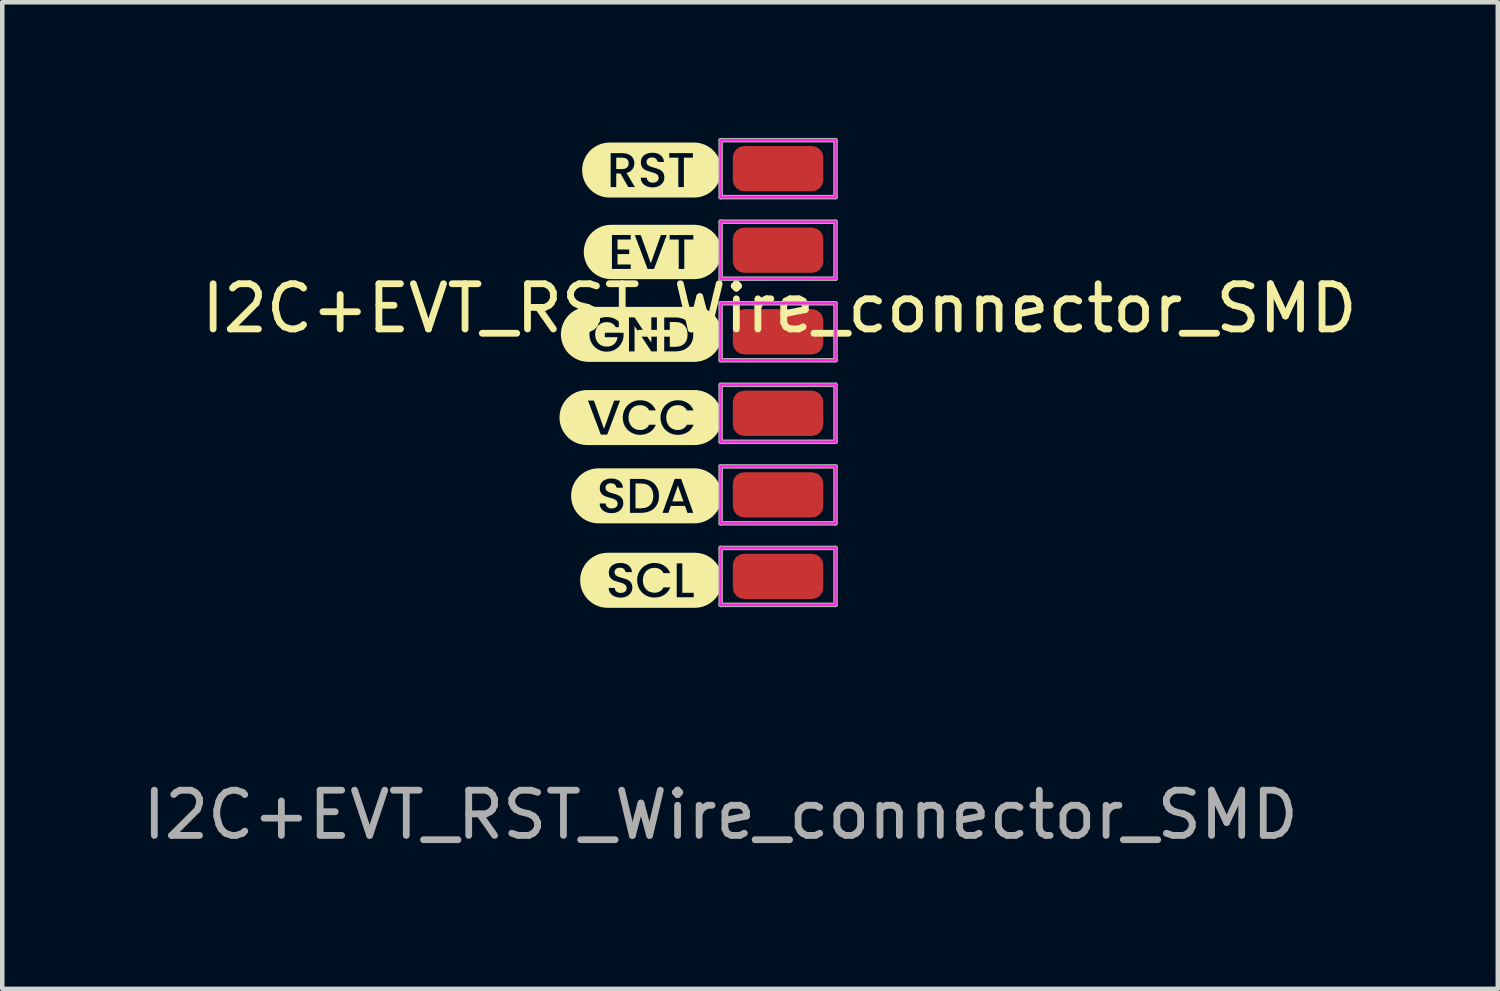
<source format=kicad_pcb>
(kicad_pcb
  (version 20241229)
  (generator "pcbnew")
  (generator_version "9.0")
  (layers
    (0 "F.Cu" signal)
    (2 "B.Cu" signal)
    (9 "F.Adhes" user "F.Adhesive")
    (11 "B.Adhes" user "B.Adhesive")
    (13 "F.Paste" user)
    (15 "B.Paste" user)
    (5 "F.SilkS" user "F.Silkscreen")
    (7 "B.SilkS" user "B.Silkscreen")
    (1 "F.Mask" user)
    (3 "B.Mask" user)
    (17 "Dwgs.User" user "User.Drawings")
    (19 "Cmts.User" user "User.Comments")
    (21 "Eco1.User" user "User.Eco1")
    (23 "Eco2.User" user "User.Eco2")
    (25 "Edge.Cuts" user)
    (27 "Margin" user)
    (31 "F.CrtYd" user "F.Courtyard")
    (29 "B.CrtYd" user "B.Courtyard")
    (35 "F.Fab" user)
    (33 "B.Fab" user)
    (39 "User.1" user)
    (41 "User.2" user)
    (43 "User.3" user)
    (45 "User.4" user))
  (footprint "I2C+EVT_RST_Wire_connector_SMD"
    (layer "F.Cu")
    (at 14.187 4.27)
    (property "Reference" "I2C+EVT_RST_Wire_connector_SMD" (at 0 -0.5 0) (unlocked yes) (layer "F.SilkS") (effects (font (size 1 1) (thickness 0.15))))
    (attr smd exclude_from_pos_files exclude_from_bom)
    (fp_poly (pts (xy -2.123 3.768) (xy -2.245 3.419) (xy -2.368 3.768) (xy -2.123 3.768)) (stroke (width 0) (type solid)) (fill yes) (layer "F.SilkS"))
    (fp_poly (pts (xy -3.609 -3.581) (xy -3.473 -3.581) (xy -3.412 -3.59) (xy -3.369 -3.616) (xy -3.342 -3.656) (xy -3.334 -3.709) (xy -3.342 -3.761) (xy -3.368 -3.8) (xy -3.412 -3.825) (xy -3.473 -3.833) (xy -3.609 -3.833) (xy -3.609 -3.581)) (stroke (width 0) (type solid)) (fill yes) (layer "F.SilkS"))
    (fp_poly (pts (xy -2.789 3.649) (xy -2.797 3.569) (xy -2.82 3.5) (xy -2.859 3.445) (xy -2.913 3.404) (xy -2.98 3.38) (xy -3.061 3.372) (xy -3.183 3.372) (xy -3.183 3.921) (xy -3.061 3.921) (xy -2.98 3.913) (xy -2.913 3.89) (xy -2.859 3.85) (xy -2.82 3.796) (xy -2.797 3.729) (xy -2.789 3.649)) (stroke (width 0) (type solid)) (fill yes) (layer "F.SilkS"))
    (fp_poly (pts (xy -2.031 0.078) (xy -2.039 -0.003) (xy -2.062 -0.071) (xy -2.101 -0.126) (xy -2.155 -0.167) (xy -2.222 -0.191) (xy -2.303 -0.199) (xy -2.425 -0.199) (xy -2.425 0.35) (xy -2.303 0.35) (xy -2.222 0.342) (xy -2.155 0.318) (xy -2.101 0.279) (xy -2.062 0.225) (xy -2.039 0.158) (xy -2.031 0.078)) (stroke (width 0) (type solid)) (fill yes) (layer "F.SilkS"))
    (fp_poly (pts (xy -3.704 -2.348) (xy -3.726 -2.348) (xy -3.785 -2.345) (xy -3.843 -2.337) (xy -3.901 -2.322) (xy -3.956 -2.303) (xy -4.009 -2.277) (xy -4.06 -2.247) (xy -4.107 -2.212) (xy -4.151 -2.172) (xy -4.19 -2.129) (xy -4.226 -2.081) (xy -4.256 -2.031) (xy -4.281 -1.978) (xy -4.301 -1.922) (xy -4.315 -1.865) (xy -4.324 -1.807) (xy -4.327 -1.748) (xy -4.324 -1.689) (xy -4.315 -1.631) (xy -4.301 -1.573) (xy -4.281 -1.518) (xy -4.256 -1.465) (xy -4.226 -1.414) (xy -4.19 -1.367) (xy -4.151 -1.323) (xy -4.107 -1.284) (xy -4.06 -1.248) (xy -4.009 -1.218) (xy -3.956 -1.193) (xy -3.901 -1.173) (xy -3.843 -1.159) (xy -3.785 -1.15) (xy -3.726 -1.147) (xy -3.704 -1.147) (xy -3.289 -1.147) (xy -3.289 -1.372) (xy -3.704 -1.372) (xy -3.704 -2.123) (xy -3.289 -2.123) (xy -3.289 -2.023) (xy -3.581 -2.023) (xy -3.581 -1.803) (xy -3.322 -1.803) (xy -3.322 -1.702) (xy -3.581 -1.702) (xy -3.581 -1.472) (xy -3.289 -1.472) (xy -3.289 -1.372) (xy -3.289 -1.147) (xy -2.773 -1.147) (xy -2.773 -1.372) (xy -2.916 -1.372) (xy -3.199 -2.122) (xy -3.067 -2.122) (xy -2.844 -1.498) (xy -2.621 -2.122) (xy -2.491 -2.122) (xy -2.773 -1.372) (xy -2.773 -1.147) (xy -2.104 -1.147) (xy -2.104 -1.372) (xy -2.227 -1.372) (xy -2.227 -2.022) (xy -2.428 -2.022) (xy -2.428 -2.122) (xy -1.904 -2.122) (xy -1.904 -2.022) (xy -2.104 -2.022) (xy -2.104 -1.372) (xy -2.104 -1.147) (xy -1.904 -1.147) (xy -1.882 -1.147) (xy -1.823 -1.15) (xy -1.765 -1.159) (xy -1.707 -1.173) (xy -1.652 -1.193) (xy -1.599 -1.218) (xy -1.548 -1.248) (xy -1.501 -1.284) (xy -1.457 -1.323) (xy -1.417 -1.367) (xy -1.382 -1.414) (xy -1.352 -1.465) (xy -1.327 -1.518) (xy -1.307 -1.573) (xy -1.293 -1.631) (xy -1.284 -1.689) (xy -1.281 -1.748) (xy -1.284 -1.807) (xy -1.293 -1.865) (xy -1.307 -1.922) (xy -1.327 -1.978) (xy -1.352 -2.031) (xy -1.382 -2.081) (xy -1.417 -2.129) (xy -1.457 -2.172) (xy -1.501 -2.212) (xy -1.548 -2.247) (xy -1.599 -2.277) (xy -1.652 -2.303) (xy -1.707 -2.322) (xy -1.765 -2.337) (xy -1.823 -2.345) (xy -1.882 -2.348) (xy -1.904 -2.348) (xy -3.704 -2.348)) (stroke (width 0) (type solid)) (fill yes) (layer "F.SilkS"))
    (fp_poly (pts (xy -3.732 -4.168) (xy -3.755 -4.168) (xy -3.814 -4.165) (xy -3.873 -4.156) (xy -3.931 -4.142) (xy -3.987 -4.122) (xy -4.041 -4.096) (xy -4.093 -4.065) (xy -4.141 -4.03) (xy -4.185 -3.99) (xy -4.225 -3.945) (xy -4.261 -3.897) (xy -4.291 -3.846) (xy -4.317 -3.792) (xy -4.337 -3.736) (xy -4.352 -3.678) (xy -4.36 -3.619) (xy -4.363 -3.559) (xy -4.36 -3.5) (xy -4.352 -3.441) (xy -4.337 -3.383) (xy -4.317 -3.326) (xy -4.291 -3.272) (xy -4.261 -3.221) (xy -4.225 -3.173) (xy -4.185 -3.129) (xy -4.141 -3.089) (xy -4.093 -3.053) (xy -4.041 -3.022) (xy -3.987 -2.997) (xy -3.931 -2.977) (xy -3.873 -2.962) (xy -3.814 -2.954) (xy -3.755 -2.951) (xy -3.732 -2.951) (xy -3.342 -2.951) (xy -3.342 -3.183) (xy -3.515 -3.483) (xy -3.609 -3.483) (xy -3.609 -3.183) (xy -3.732 -3.183) (xy -3.732 -3.933) (xy -3.473 -3.933) (xy -3.393 -3.926) (xy -3.327 -3.903) (xy -3.274 -3.868) (xy -3.237 -3.822) (xy -3.215 -3.768) (xy -3.207 -3.709) (xy -3.218 -3.639) (xy -3.25 -3.575) (xy -3.304 -3.525) (xy -3.381 -3.494) (xy -3.196 -3.183) (xy -3.342 -3.183) (xy -3.342 -2.951) (xy -2.803 -2.951) (xy -2.803 -3.175) (xy -2.874 -3.182) (xy -2.939 -3.202) (xy -2.993 -3.234) (xy -3.034 -3.277) (xy -3.06 -3.33) (xy -3.068 -3.39) (xy -2.936 -3.39) (xy -2.925 -3.346) (xy -2.898 -3.31) (xy -2.857 -3.287) (xy -2.803 -3.279) (xy -2.746 -3.287) (xy -2.703 -3.31) (xy -2.677 -3.345) (xy -2.668 -3.389) (xy -2.69 -3.451) (xy -2.745 -3.487) (xy -2.784 -3.501) (xy -2.836 -3.516) (xy -2.903 -3.535) (xy -2.955 -3.555) (xy -2.998 -3.58) (xy -3.034 -3.617) (xy -3.058 -3.666) (xy -3.066 -3.729) (xy -3.058 -3.79) (xy -3.034 -3.843) (xy -2.995 -3.886) (xy -2.943 -3.917) (xy -2.88 -3.937) (xy -2.808 -3.943) (xy -2.74 -3.937) (xy -2.68 -3.919) (xy -2.629 -3.889) (xy -2.59 -3.848) (xy -2.564 -3.798) (xy -2.552 -3.739) (xy -2.688 -3.739) (xy -2.727 -3.809) (xy -2.768 -3.831) (xy -2.821 -3.838) (xy -2.869 -3.832) (xy -2.907 -3.811) (xy -2.932 -3.778) (xy -2.941 -3.734) (xy -2.92 -3.677) (xy -2.866 -3.642) (xy -2.828 -3.628) (xy -2.778 -3.614) (xy -2.71 -3.593) (xy -2.656 -3.573) (xy -2.613 -3.547) (xy -2.576 -3.51) (xy -2.552 -3.46) (xy -2.544 -3.396) (xy -2.551 -3.34) (xy -2.574 -3.288) (xy -2.612 -3.242) (xy -2.664 -3.206) (xy -2.728 -3.183) (xy -2.803 -3.175) (xy -2.803 -2.951) (xy -2.113 -2.951) (xy -2.113 -3.183) (xy -2.236 -3.183) (xy -2.236 -3.833) (xy -2.437 -3.833) (xy -2.437 -3.933) (xy -1.913 -3.933) (xy -1.913 -3.833) (xy -2.113 -3.833) (xy -2.113 -3.183) (xy -2.113 -2.951) (xy -1.913 -2.951) (xy -1.891 -2.951) (xy -1.831 -2.954) (xy -1.772 -2.962) (xy -1.714 -2.977) (xy -1.658 -2.997) (xy -1.604 -3.022) (xy -1.552 -3.053) (xy -1.504 -3.089) (xy -1.46 -3.129) (xy -1.42 -3.173) (xy -1.385 -3.221) (xy -1.354 -3.272) (xy -1.328 -3.326) (xy -1.308 -3.383) (xy -1.294 -3.441) (xy -1.285 -3.5) (xy -1.282 -3.559) (xy -1.285 -3.619) (xy -1.294 -3.678) (xy -1.308 -3.736) (xy -1.328 -3.792) (xy -1.354 -3.846) (xy -1.385 -3.897) (xy -1.42 -3.945) (xy -1.46 -3.99) (xy -1.504 -4.03) (xy -1.552 -4.065) (xy -1.604 -4.096) (xy -1.658 -4.122) (xy -1.714 -4.142) (xy -1.772 -4.156) (xy -1.831 -4.165) (xy -1.891 -4.168) (xy -1.913 -4.168) (xy -3.732 -4.168)) (stroke (width 0) (type solid)) (fill yes) (layer "F.SilkS"))
    (fp_poly (pts (xy -4.202 -0.534) (xy -4.225 -0.534) (xy -4.284 -0.531) (xy -4.343 -0.523) (xy -4.401 -0.508) (xy -4.457 -0.488) (xy -4.511 -0.463) (xy -4.562 -0.432) (xy -4.61 -0.396) (xy -4.655 -0.356) (xy -4.695 -0.312) (xy -4.73 -0.264) (xy -4.761 -0.213) (xy -4.786 -0.159) (xy -4.806 -0.103) (xy -4.821 -0.045) (xy -4.83 0.014) (xy -4.833 0.074) (xy -4.83 0.133) (xy -4.821 0.192) (xy -4.806 0.25) (xy -4.786 0.307) (xy -4.761 0.36) (xy -4.73 0.412) (xy -4.695 0.46) (xy -4.655 0.504) (xy -4.61 0.544) (xy -4.562 0.579) (xy -4.511 0.61) (xy -4.457 0.636) (xy -4.401 0.656) (xy -4.343 0.67) (xy -4.284 0.679) (xy -4.225 0.682) (xy -4.202 0.682) (xy -3.819 0.682) (xy -3.819 0.457) (xy -3.887 0.452) (xy -3.952 0.435) (xy -4.012 0.408) (xy -4.066 0.371) (xy -4.113 0.325) (xy -4.151 0.271) (xy -4.179 0.211) (xy -4.196 0.145) (xy -4.202 0.074) (xy -4.196 0.003) (xy -4.179 -0.063) (xy -4.151 -0.124) (xy -4.113 -0.178) (xy -4.066 -0.223) (xy -4.012 -0.26) (xy -3.951 -0.288) (xy -3.887 -0.304) (xy -3.819 -0.309) (xy -3.742 -0.303) (xy -3.671 -0.283) (xy -3.606 -0.251) (xy -3.549 -0.206) (xy -3.504 -0.15) (xy -3.47 -0.084) (xy -3.618 -0.084) (xy -3.653 -0.133) (xy -3.699 -0.169) (xy -3.755 -0.19) (xy -3.819 -0.197) (xy -3.889 -0.189) (xy -3.952 -0.164) (xy -4.004 -0.123) (xy -4.043 -0.069) (xy -4.068 -0.002) (xy -4.076 0.074) (xy -4.068 0.15) (xy -4.043 0.217) (xy -4.004 0.272) (xy -3.952 0.312) (xy -3.889 0.337) (xy -3.819 0.346) (xy -3.756 0.34) (xy -3.702 0.321) (xy -3.656 0.29) (xy -3.619 0.248) (xy -3.594 0.197) (xy -3.579 0.137) (xy -3.861 0.137) (xy -3.861 0.039) (xy -3.447 0.039) (xy -3.447 0.135) (xy -3.469 0.219) (xy -3.51 0.296) (xy -3.546 0.342) (xy -3.59 0.381) (xy -3.64 0.413) (xy -3.696 0.438) (xy -3.755 0.452) (xy -3.819 0.457) (xy -3.819 0.682) (xy -2.71 0.682) (xy -2.71 0.451) (xy -2.833 0.451) (xy -3.204 -0.11) (xy -3.204 0.451) (xy -3.327 0.451) (xy -3.327 -0.301) (xy -3.204 -0.301) (xy -2.833 0.258) (xy -2.833 -0.301) (xy -2.71 -0.301) (xy -2.71 0.451) (xy -2.71 0.682) (xy -2.303 0.682) (xy -2.303 0.451) (xy -2.548 0.451) (xy -2.548 -0.3) (xy -2.303 -0.3) (xy -2.227 -0.295) (xy -2.157 -0.279) (xy -2.093 -0.254) (xy -2.038 -0.219) (xy -1.991 -0.175) (xy -1.954 -0.122) (xy -1.927 -0.062) (xy -1.91 0.005) (xy -1.905 0.078) (xy -1.91 0.151) (xy -1.927 0.217) (xy -1.954 0.277) (xy -1.991 0.328) (xy -2.038 0.371) (xy -2.093 0.406) (xy -2.157 0.431) (xy -2.227 0.446) (xy -2.303 0.451) (xy -2.303 0.682) (xy -1.905 0.682) (xy -1.882 0.682) (xy -1.823 0.679) (xy -1.764 0.67) (xy -1.706 0.656) (xy -1.65 0.636) (xy -1.596 0.61) (xy -1.545 0.579) (xy -1.497 0.544) (xy -1.452 0.504) (xy -1.412 0.46) (xy -1.377 0.412) (xy -1.346 0.36) (xy -1.321 0.307) (xy -1.3 0.25) (xy -1.286 0.192) (xy -1.277 0.133) (xy -1.274 0.074) (xy -1.277 0.014) (xy -1.286 -0.045) (xy -1.3 -0.103) (xy -1.321 -0.159) (xy -1.346 -0.213) (xy -1.377 -0.264) (xy -1.412 -0.312) (xy -1.452 -0.356) (xy -1.497 -0.396) (xy -1.545 -0.432) (xy -1.596 -0.463) (xy -1.65 -0.488) (xy -1.706 -0.508) (xy -1.764 -0.523) (xy -1.823 -0.531) (xy -1.882 -0.534) (xy -1.905 -0.534) (xy -4.202 -0.534)) (stroke (width 0) (type solid)) (fill yes) (layer "F.SilkS"))
    (fp_poly (pts (xy -3.976 3.037) (xy -3.999 3.037) (xy -4.058 3.04) (xy -4.118 3.048) (xy -4.176 3.063) (xy -4.232 3.083) (xy -4.286 3.109) (xy -4.337 3.139) (xy -4.385 3.175) (xy -4.429 3.215) (xy -4.469 3.259) (xy -4.505 3.307) (xy -4.536 3.359) (xy -4.561 3.413) (xy -4.581 3.469) (xy -4.596 3.527) (xy -4.605 3.586) (xy -4.607 3.645) (xy -4.605 3.705) (xy -4.596 3.764) (xy -4.581 3.822) (xy -4.561 3.878) (xy -4.536 3.932) (xy -4.505 3.984) (xy -4.469 4.032) (xy -4.429 4.076) (xy -4.385 4.116) (xy -4.337 4.152) (xy -4.286 4.182) (xy -4.232 4.208) (xy -4.176 4.228) (xy -4.118 4.242) (xy -4.058 4.251) (xy -3.999 4.254) (xy -3.976 4.254) (xy -3.711 4.254) (xy -3.711 4.029) (xy -3.783 4.023) (xy -3.847 4.003) (xy -3.901 3.971) (xy -3.942 3.928) (xy -3.968 3.875) (xy -3.976 3.814) (xy -3.845 3.814) (xy -3.833 3.859) (xy -3.806 3.894) (xy -3.765 3.918) (xy -3.711 3.926) (xy -3.654 3.918) (xy -3.611 3.895) (xy -3.585 3.86) (xy -3.576 3.815) (xy -3.598 3.754) (xy -3.653 3.717) (xy -3.692 3.704) (xy -3.744 3.689) (xy -3.811 3.67) (xy -3.864 3.65) (xy -3.906 3.624) (xy -3.942 3.588) (xy -3.966 3.539) (xy -3.974 3.475) (xy -3.966 3.415) (xy -3.942 3.362) (xy -3.903 3.319) (xy -3.851 3.288) (xy -3.788 3.268) (xy -3.716 3.262) (xy -3.648 3.268) (xy -3.588 3.286) (xy -3.538 3.316) (xy -3.498 3.357) (xy -3.472 3.407) (xy -3.46 3.466) (xy -3.596 3.466) (xy -3.635 3.396) (xy -3.676 3.374) (xy -3.729 3.366) (xy -3.777 3.373) (xy -3.815 3.393) (xy -3.841 3.426) (xy -3.849 3.471) (xy -3.828 3.528) (xy -3.774 3.563) (xy -3.736 3.576) (xy -3.686 3.591) (xy -3.618 3.611) (xy -3.565 3.632) (xy -3.521 3.658) (xy -3.485 3.695) (xy -3.46 3.745) (xy -3.452 3.809) (xy -3.459 3.865) (xy -3.482 3.917) (xy -3.52 3.963) (xy -3.572 3.998) (xy -3.636 4.022) (xy -3.711 4.029) (xy -3.711 4.254) (xy -3.061 4.254) (xy -3.061 4.022) (xy -3.306 4.022) (xy -3.306 3.271) (xy -3.061 3.271) (xy -2.984 3.276) (xy -2.914 3.292) (xy -2.851 3.317) (xy -2.795 3.352) (xy -2.749 3.396) (xy -2.712 3.449) (xy -2.684 3.509) (xy -2.668 3.576) (xy -2.663 3.649) (xy -2.668 3.722) (xy -2.684 3.788) (xy -2.712 3.848) (xy -2.749 3.9) (xy -2.795 3.943) (xy -2.851 3.977) (xy -2.914 4.002) (xy -2.984 4.017) (xy -3.061 4.022) (xy -3.061 4.254) (xy -2.456 4.254) (xy -2.456 4.022) (xy -2.585 4.022) (xy -2.316 3.27) (xy -2.174 3.27) (xy -1.905 4.022) (xy -2.034 4.022) (xy -2.088 3.868) (xy -2.402 3.868) (xy -2.456 4.022) (xy -2.456 4.254) (xy -1.905 4.254) (xy -1.882 4.254) (xy -1.823 4.251) (xy -1.764 4.242) (xy -1.706 4.228) (xy -1.649 4.208) (xy -1.595 4.182) (xy -1.544 4.152) (xy -1.496 4.116) (xy -1.452 4.076) (xy -1.412 4.032) (xy -1.376 3.984) (xy -1.345 3.932) (xy -1.32 3.878) (xy -1.3 3.822) (xy -1.285 3.764) (xy -1.277 3.705) (xy -1.274 3.645) (xy -1.277 3.586) (xy -1.285 3.527) (xy -1.3 3.469) (xy -1.32 3.413) (xy -1.345 3.359) (xy -1.376 3.307) (xy -1.412 3.259) (xy -1.452 3.215) (xy -1.496 3.175) (xy -1.544 3.139) (xy -1.595 3.109) (xy -1.649 3.083) (xy -1.706 3.063) (xy -1.764 3.048) (xy -1.823 3.04) (xy -1.882 3.037) (xy -1.905 3.037) (xy -3.976 3.037)) (stroke (width 0) (type solid)) (fill yes) (layer "F.SilkS"))
    (fp_poly (pts (xy -4.233 1.306) (xy -4.256 1.306) (xy -4.315 1.309) (xy -4.374 1.318) (xy -4.432 1.332) (xy -4.488 1.352) (xy -4.542 1.378) (xy -4.594 1.408) (xy -4.642 1.444) (xy -4.686 1.484) (xy -4.726 1.528) (xy -4.761 1.576) (xy -4.792 1.627) (xy -4.818 1.681) (xy -4.838 1.737) (xy -4.852 1.795) (xy -4.861 1.854) (xy -4.864 1.914) (xy -4.861 1.974) (xy -4.852 2.033) (xy -4.838 2.09) (xy -4.818 2.147) (xy -4.792 2.201) (xy -4.761 2.252) (xy -4.726 2.3) (xy -4.686 2.344) (xy -4.642 2.384) (xy -4.594 2.42) (xy -4.542 2.45) (xy -4.488 2.476) (xy -4.432 2.496) (xy -4.374 2.51) (xy -4.315 2.519) (xy -4.256 2.522) (xy -4.233 2.522) (xy -3.808 2.522) (xy -3.808 2.291) (xy -3.95 2.291) (xy -4.233 1.54) (xy -4.102 1.54) (xy -3.879 2.164) (xy -3.656 1.54) (xy -3.526 1.54) (xy -3.808 2.291) (xy -3.808 2.522) (xy -3.081 2.522) (xy -3.081 2.297) (xy -3.15 2.292) (xy -3.214 2.275) (xy -3.275 2.248) (xy -3.329 2.211) (xy -3.375 2.166) (xy -3.413 2.112) (xy -3.442 2.051) (xy -3.459 1.985) (xy -3.465 1.914) (xy -3.459 1.843) (xy -3.442 1.777) (xy -3.413 1.716) (xy -3.375 1.662) (xy -3.329 1.617) (xy -3.274 1.58) (xy -3.214 1.553) (xy -3.149 1.536) (xy -3.081 1.531) (xy -3.005 1.537) (xy -2.933 1.557) (xy -2.868 1.59) (xy -2.812 1.634) (xy -2.767 1.69) (xy -2.733 1.756) (xy -2.881 1.756) (xy -2.915 1.705) (xy -2.962 1.668) (xy -3.017 1.646) (xy -3.081 1.639) (xy -3.152 1.647) (xy -3.214 1.672) (xy -3.266 1.713) (xy -3.305 1.768) (xy -3.33 1.836) (xy -3.338 1.914) (xy -3.33 1.992) (xy -3.305 2.06) (xy -3.266 2.115) (xy -3.214 2.156) (xy -3.152 2.182) (xy -3.081 2.19) (xy -3.017 2.183) (xy -2.962 2.161) (xy -2.915 2.124) (xy -2.881 2.073) (xy -2.733 2.073) (xy -2.767 2.139) (xy -2.812 2.195) (xy -2.868 2.239) (xy -2.933 2.271) (xy -3.005 2.291) (xy -3.081 2.297) (xy -3.081 2.522) (xy -2.247 2.522) (xy -2.247 2.297) (xy -2.315 2.292) (xy -2.38 2.275) (xy -2.44 2.248) (xy -2.495 2.211) (xy -2.541 2.166) (xy -2.579 2.112) (xy -2.607 2.051) (xy -2.625 1.985) (xy -2.63 1.914) (xy -2.625 1.843) (xy -2.607 1.777) (xy -2.579 1.716) (xy -2.541 1.662) (xy -2.494 1.617) (xy -2.44 1.58) (xy -2.379 1.553) (xy -2.315 1.536) (xy -2.247 1.531) (xy -2.17 1.537) (xy -2.099 1.557) (xy -2.034 1.59) (xy -1.977 1.634) (xy -1.932 1.69) (xy -1.898 1.756) (xy -2.046 1.756) (xy -2.081 1.705) (xy -2.127 1.668) (xy -2.183 1.646) (xy -2.247 1.639) (xy -2.317 1.647) (xy -2.38 1.672) (xy -2.432 1.713) (xy -2.471 1.768) (xy -2.496 1.836) (xy -2.504 1.914) (xy -2.496 1.992) (xy -2.471 2.06) (xy -2.432 2.115) (xy -2.38 2.156) (xy -2.317 2.182) (xy -2.247 2.19) (xy -2.183 2.183) (xy -2.127 2.161) (xy -2.081 2.124) (xy -2.046 2.073) (xy -1.898 2.073) (xy -1.932 2.139) (xy -1.977 2.195) (xy -2.034 2.239) (xy -2.099 2.271) (xy -2.17 2.291) (xy -2.247 2.297) (xy -2.247 2.522) (xy -1.898 2.522) (xy -1.876 2.522) (xy -1.816 2.519) (xy -1.757 2.51) (xy -1.699 2.496) (xy -1.643 2.476) (xy -1.589 2.45) (xy -1.538 2.42) (xy -1.49 2.384) (xy -1.446 2.344) (xy -1.406 2.3) (xy -1.37 2.252) (xy -1.34 2.201) (xy -1.314 2.147) (xy -1.294 2.09) (xy -1.279 2.033) (xy -1.271 1.974) (xy -1.268 1.914) (xy -1.271 1.854) (xy -1.279 1.795) (xy -1.294 1.737) (xy -1.314 1.681) (xy -1.34 1.627) (xy -1.37 1.576) (xy -1.406 1.528) (xy -1.446 1.484) (xy -1.49 1.444) (xy -1.538 1.408) (xy -1.589 1.378) (xy -1.643 1.352) (xy -1.699 1.332) (xy -1.757 1.318) (xy -1.816 1.309) (xy -1.876 1.306) (xy -1.898 1.306) (xy -4.233 1.306)) (stroke (width 0) (type solid)) (fill yes) (layer "F.SilkS"))
    (fp_poly (pts (xy -3.776 4.904) (xy -3.799 4.904) (xy -3.858 4.907) (xy -3.917 4.916) (xy -3.975 4.93) (xy -4.032 4.95) (xy -4.086 4.976) (xy -4.137 5.007) (xy -4.185 5.042) (xy -4.229 5.082) (xy -4.269 5.127) (xy -4.305 5.175) (xy -4.335 5.226) (xy -4.361 5.28) (xy -4.381 5.336) (xy -4.396 5.394) (xy -4.404 5.453) (xy -4.407 5.513) (xy -4.404 5.572) (xy -4.396 5.631) (xy -4.381 5.689) (xy -4.361 5.746) (xy -4.335 5.8) (xy -4.305 5.851) (xy -4.269 5.899) (xy -4.229 5.943) (xy -4.185 5.983) (xy -4.137 6.019) (xy -4.086 6.05) (xy -4.032 6.075) (xy -3.975 6.095) (xy -3.917 6.11) (xy -3.858 6.118) (xy -3.799 6.121) (xy -3.776 6.121) (xy -3.511 6.121) (xy -3.511 5.896) (xy -3.582 5.89) (xy -3.647 5.87) (xy -3.701 5.838) (xy -3.742 5.795) (xy -3.768 5.742) (xy -3.776 5.682) (xy -3.644 5.682) (xy -3.633 5.726) (xy -3.606 5.762) (xy -3.565 5.785) (xy -3.511 5.793) (xy -3.454 5.785) (xy -3.411 5.762) (xy -3.385 5.727) (xy -3.376 5.683) (xy -3.398 5.621) (xy -3.453 5.585) (xy -3.492 5.571) (xy -3.544 5.556) (xy -3.611 5.537) (xy -3.663 5.517) (xy -3.706 5.492) (xy -3.742 5.455) (xy -3.766 5.406) (xy -3.774 5.343) (xy -3.766 5.282) (xy -3.742 5.229) (xy -3.703 5.186) (xy -3.651 5.155) (xy -3.588 5.135) (xy -3.516 5.129) (xy -3.448 5.135) (xy -3.388 5.153) (xy -3.337 5.183) (xy -3.298 5.224) (xy -3.272 5.274) (xy -3.26 5.333) (xy -3.396 5.333) (xy -3.435 5.263) (xy -3.476 5.241) (xy -3.529 5.234) (xy -3.577 5.24) (xy -3.615 5.261) (xy -3.64 5.294) (xy -3.649 5.338) (xy -3.628 5.395) (xy -3.574 5.43) (xy -3.536 5.444) (xy -3.486 5.458) (xy -3.418 5.479) (xy -3.364 5.499) (xy -3.321 5.525) (xy -3.284 5.562) (xy -3.26 5.612) (xy -3.252 5.676) (xy -3.259 5.732) (xy -3.282 5.784) (xy -3.32 5.83) (xy -3.372 5.866) (xy -3.436 5.889) (xy -3.511 5.896) (xy -3.511 6.121) (xy -2.764 6.121) (xy -2.764 5.895) (xy -2.832 5.89) (xy -2.896 5.874) (xy -2.957 5.846) (xy -3.011 5.809) (xy -3.057 5.764) (xy -3.096 5.71) (xy -3.124 5.649) (xy -3.141 5.583) (xy -3.147 5.512) (xy -3.141 5.441) (xy -3.124 5.375) (xy -3.096 5.315) (xy -3.057 5.261) (xy -3.011 5.215) (xy -2.956 5.178) (xy -2.896 5.151) (xy -2.832 5.134) (xy -2.764 5.129) (xy -2.687 5.136) (xy -2.616 5.155) (xy -2.55 5.188) (xy -2.494 5.232) (xy -2.449 5.288) (xy -2.415 5.355) (xy -2.563 5.355) (xy -2.598 5.303) (xy -2.644 5.266) (xy -2.7 5.244) (xy -2.764 5.237) (xy -2.834 5.245) (xy -2.896 5.27) (xy -2.948 5.311) (xy -2.988 5.366) (xy -3.012 5.434) (xy -3.021 5.512) (xy -3.012 5.59) (xy -2.988 5.658) (xy -2.948 5.713) (xy -2.896 5.755) (xy -2.834 5.78) (xy -2.764 5.789) (xy -2.7 5.781) (xy -2.644 5.759) (xy -2.598 5.723) (xy -2.563 5.671) (xy -2.415 5.671) (xy -2.449 5.737) (xy -2.494 5.793) (xy -2.55 5.837) (xy -2.616 5.87) (xy -2.687 5.889) (xy -2.764 5.895) (xy -2.764 6.121) (xy -1.895 6.121) (xy -1.895 5.889) (xy -2.271 5.889) (xy -2.271 5.139) (xy -2.148 5.139) (xy -2.148 5.79) (xy -1.895 5.79) (xy -1.895 5.889) (xy -1.895 6.121) (xy -1.872 6.121) (xy -1.812 6.118) (xy -1.753 6.11) (xy -1.695 6.095) (xy -1.639 6.075) (xy -1.585 6.05) (xy -1.534 6.019) (xy -1.486 5.983) (xy -1.442 5.943) (xy -1.402 5.899) (xy -1.366 5.851) (xy -1.335 5.8) (xy -1.31 5.746) (xy -1.29 5.689) (xy -1.275 5.631) (xy -1.266 5.572) (xy -1.263 5.513) (xy -1.266 5.453) (xy -1.275 5.394) (xy -1.29 5.336) (xy -1.31 5.28) (xy -1.335 5.226) (xy -1.366 5.175) (xy -1.402 5.127) (xy -1.442 5.082) (xy -1.486 5.042) (xy -1.534 5.007) (xy -1.585 4.976) (xy -1.639 4.95) (xy -1.695 4.93) (xy -1.753 4.916) (xy -1.812 4.907) (xy -1.872 4.904) (xy -1.895 4.904) (xy -3.776 4.904)) (stroke (width 0) (type solid)) (fill yes) (layer "F.SilkS"))
    (fp_line (start -1.3 -4.22) (end -1.3 -2.96) (stroke (width 0.05) (type solid)) (layer "F.CrtYd"))
    (fp_line (start -1.3 -2.96) (end 1.24 -2.96) (stroke (width 0.05) (type solid)) (layer "F.CrtYd"))
    (fp_line (start -1.3 -2.417) (end -1.3 -1.157) (stroke (width 0.05) (type solid)) (layer "F.CrtYd"))
    (fp_line (start -1.3 -1.157) (end 1.24 -1.157) (stroke (width 0.05) (type solid)) (layer "F.CrtYd"))
    (fp_line (start -1.3 -0.613) (end -1.3 0.647) (stroke (width 0.05) (type solid)) (layer "F.CrtYd"))
    (fp_line (start -1.3 0.647) (end 1.24 0.647) (stroke (width 0.05) (type solid)) (layer "F.CrtYd"))
    (fp_line (start -1.3 1.19) (end -1.3 2.45) (stroke (width 0.05) (type solid)) (layer "F.CrtYd"))
    (fp_line (start -1.3 2.45) (end 1.24 2.45) (stroke (width 0.05) (type solid)) (layer "F.CrtYd"))
    (fp_line (start -1.3 2.994) (end -1.3 4.254) (stroke (width 0.05) (type solid)) (layer "F.CrtYd"))
    (fp_line (start -1.3 4.254) (end 1.24 4.254) (stroke (width 0.05) (type solid)) (layer "F.CrtYd"))
    (fp_line (start -1.3 4.797) (end -1.3 6.057) (stroke (width 0.05) (type solid)) (layer "F.CrtYd"))
    (fp_line (start -1.3 6.057) (end 1.24 6.057) (stroke (width 0.05) (type solid)) (layer "F.CrtYd"))
    (fp_line (start 1.24 -4.22) (end -1.3 -4.22) (stroke (width 0.05) (type solid)) (layer "F.CrtYd"))
    (fp_line (start 1.24 -2.96) (end 1.24 -4.22) (stroke (width 0.05) (type solid)) (layer "F.CrtYd"))
    (fp_line (start 1.24 -2.417) (end -1.3 -2.417) (stroke (width 0.05) (type solid)) (layer "F.CrtYd"))
    (fp_line (start 1.24 -1.157) (end 1.24 -2.417) (stroke (width 0.05) (type solid)) (layer "F.CrtYd"))
    (fp_line (start 1.24 -0.613) (end -1.3 -0.613) (stroke (width 0.05) (type solid)) (layer "F.CrtYd"))
    (fp_line (start 1.24 0.647) (end 1.24 -0.613) (stroke (width 0.05) (type solid)) (layer "F.CrtYd"))
    (fp_line (start 1.24 1.19) (end -1.3 1.19) (stroke (width 0.05) (type solid)) (layer "F.CrtYd"))
    (fp_line (start 1.24 2.45) (end 1.24 1.19) (stroke (width 0.05) (type solid)) (layer "F.CrtYd"))
    (fp_line (start 1.24 2.994) (end -1.3 2.994) (stroke (width 0.05) (type solid)) (layer "F.CrtYd"))
    (fp_line (start 1.24 4.254) (end 1.24 2.994) (stroke (width 0.05) (type solid)) (layer "F.CrtYd"))
    (fp_line (start 1.24 4.797) (end -1.3 4.797) (stroke (width 0.05) (type solid)) (layer "F.CrtYd"))
    (fp_line (start 1.24 6.057) (end 1.24 4.797) (stroke (width 0.05) (type solid)) (layer "F.CrtYd"))
    (fp_line (start -1.3 -4.22) (end 1.24 -4.22) (stroke (width 0.1) (type solid)) (layer "F.Fab"))
    (fp_line (start -1.3 -2.96) (end -1.3 -4.22) (stroke (width 0.1) (type solid)) (layer "F.Fab"))
    (fp_line (start -1.3 -2.417) (end 1.24 -2.417) (stroke (width 0.1) (type solid)) (layer "F.Fab"))
    (fp_line (start -1.3 -1.157) (end -1.3 -2.417) (stroke (width 0.1) (type solid)) (layer "F.Fab"))
    (fp_line (start -1.3 -0.613) (end 1.24 -0.613) (stroke (width 0.1) (type solid)) (layer "F.Fab"))
    (fp_line (start -1.3 0.647) (end -1.3 -0.613) (stroke (width 0.1) (type solid)) (layer "F.Fab"))
    (fp_line (start -1.3 1.19) (end 1.24 1.19) (stroke (width 0.1) (type solid)) (layer "F.Fab"))
    (fp_line (start -1.3 2.45) (end -1.3 1.19) (stroke (width 0.1) (type solid)) (layer "F.Fab"))
    (fp_line (start -1.3 2.994) (end 1.24 2.994) (stroke (width 0.1) (type solid)) (layer "F.Fab"))
    (fp_line (start -1.3 4.254) (end -1.3 2.994) (stroke (width 0.1) (type solid)) (layer "F.Fab"))
    (fp_line (start -1.3 4.797) (end 1.24 4.797) (stroke (width 0.1) (type solid)) (layer "F.Fab"))
    (fp_line (start -1.3 6.057) (end -1.3 4.797) (stroke (width 0.1) (type solid)) (layer "F.Fab"))
    (fp_line (start 1.24 -4.22) (end 1.24 -2.96) (stroke (width 0.1) (type solid)) (layer "F.Fab"))
    (fp_line (start 1.24 -2.96) (end -1.3 -2.96) (stroke (width 0.1) (type solid)) (layer "F.Fab"))
    (fp_line (start 1.24 -2.417) (end 1.24 -1.157) (stroke (width 0.1) (type solid)) (layer "F.Fab"))
    (fp_line (start 1.24 -1.157) (end -1.3 -1.157) (stroke (width 0.1) (type solid)) (layer "F.Fab"))
    (fp_line (start 1.24 -0.613) (end 1.24 0.647) (stroke (width 0.1) (type solid)) (layer "F.Fab"))
    (fp_line (start 1.24 0.647) (end -1.3 0.647) (stroke (width 0.1) (type solid)) (layer "F.Fab"))
    (fp_line (start 1.24 1.19) (end 1.24 2.45) (stroke (width 0.1) (type solid)) (layer "F.Fab"))
    (fp_line (start 1.24 2.45) (end -1.3 2.45) (stroke (width 0.1) (type solid)) (layer "F.Fab"))
    (fp_line (start 1.24 2.994) (end 1.24 4.254) (stroke (width 0.1) (type solid)) (layer "F.Fab"))
    (fp_line (start 1.24 4.254) (end -1.3 4.254) (stroke (width 0.1) (type solid)) (layer "F.Fab"))
    (fp_line (start 1.24 4.797) (end 1.24 6.057) (stroke (width 0.1) (type solid)) (layer "F.Fab"))
    (fp_line (start 1.24 6.057) (end -1.3 6.057) (stroke (width 0.1) (type solid)) (layer "F.Fab"))
    (fp_text user "${REFERENCE}" (at -1.3 10.7 0) (unlocked yes) (layer "F.Fab") (effects (font (size 1 1) (thickness 0.15))))
    (pad "1" smd roundrect (at -0.03 0.017 90) (size 1 2) (layers "F.Cu" "F.Mask") (roundrect_rratio 0.25))
    (pad "2" smd roundrect (at -0.03 1.82 90) (size 1 2) (layers "F.Cu" "F.Mask") (roundrect_rratio 0.25))
    (pad "3" smd roundrect (at -0.03 3.624 90) (size 1 2) (layers "F.Cu" "F.Mask") (roundrect_rratio 0.25))
    (pad "4" smd roundrect (at -0.03 5.427 90) (size 1 2) (layers "F.Cu" "F.Mask") (roundrect_rratio 0.25))
    (pad "5" smd roundrect (at -0.03 -1.787 90) (size 1 2) (layers "F.Cu" "F.Mask") (roundrect_rratio 0.25))
    (pad "6" smd roundrect (at -0.03 -3.59 90) (size 1 2) (layers "F.Cu" "F.Mask") (roundrect_rratio 0.25)))
  (gr_rect
    (start -3 -3)
    (end 30.074 18.818)
    (stroke (width 0.1) (type default))
    (fill no)
    (layer "Edge.Cuts")))
</source>
